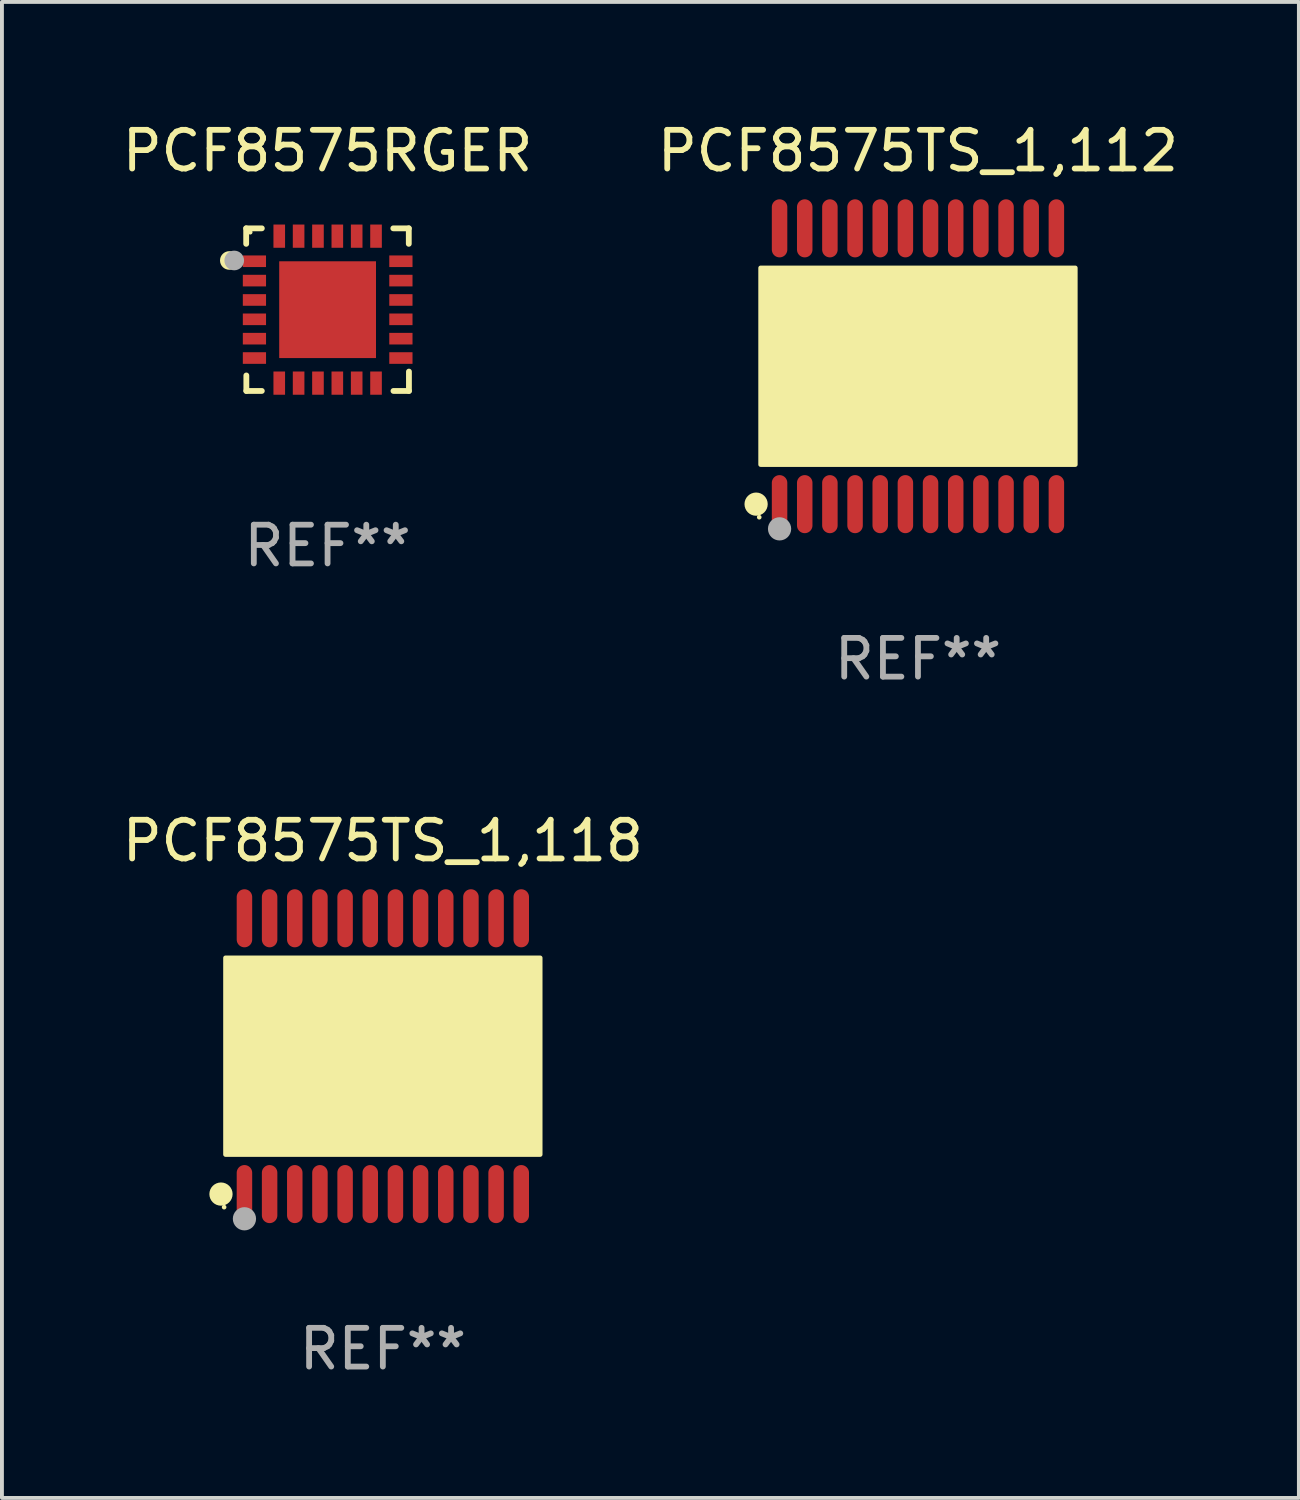
<source format=kicad_pcb>
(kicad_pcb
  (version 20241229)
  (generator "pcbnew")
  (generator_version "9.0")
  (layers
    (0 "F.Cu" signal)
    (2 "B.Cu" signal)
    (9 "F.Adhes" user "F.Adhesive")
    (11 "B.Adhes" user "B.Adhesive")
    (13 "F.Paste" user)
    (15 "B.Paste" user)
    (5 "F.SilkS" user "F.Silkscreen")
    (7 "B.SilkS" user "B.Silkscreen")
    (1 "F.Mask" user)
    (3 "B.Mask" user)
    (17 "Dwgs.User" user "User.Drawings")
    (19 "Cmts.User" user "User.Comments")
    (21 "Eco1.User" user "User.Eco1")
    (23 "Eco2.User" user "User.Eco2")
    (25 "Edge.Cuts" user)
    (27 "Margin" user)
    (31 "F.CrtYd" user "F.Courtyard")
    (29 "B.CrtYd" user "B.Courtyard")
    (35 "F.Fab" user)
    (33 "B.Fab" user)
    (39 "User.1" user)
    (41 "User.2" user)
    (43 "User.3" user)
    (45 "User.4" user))
  (footprint "PCF8575TS_1,112"
    (layer "F.Cu")
    (at 20.661 6.41)
    (property "Reference" "PCF8575TS_1,112" (at 0 -5.562 0) (layer "F.SilkS") (effects (font (size 1 1) (thickness 0.15))))
    (attr through_hole)
    (fp_circle (center -4.181 3.562) (end -4.031 3.562) (stroke (width 0.3) (type solid)) (fill no) (layer "F.SilkS"))
    (fp_circle (center -4.1 3.9) (end -4.07 3.9) (stroke (width 0.06) (type solid)) (fill no) (layer "F.SilkS"))
    (fp_circle (center -3.575 1.819) (end -3.425 1.819) (stroke (width 0.3) (type solid)) (fill no) (layer "F.SilkS"))
    (fp_poly (pts (xy -4.064 -2.54) (xy 4.064 -2.54) (xy 4.064 2.54) (xy -4.064 2.54)) (stroke (width 0.12) (type solid)) (fill yes) (layer "F.SilkS"))
    (fp_circle (center -3.575 4.2) (end -3.425 4.2) (stroke (width 0.3) (type solid)) (fill no) (layer "F.Fab"))
    (fp_text user "REF**" (at 0 7.562 0) (layer "F.Fab") (effects (font (size 1 1) (thickness 0.15))))
    (pad "1" smd oval (at -3.575 3.562) (size 0.4 1.5) (layers "F.Cu" "F.Mask" "F.Paste"))
    (pad "2" smd oval (at -2.925 3.562) (size 0.4 1.5) (layers "F.Cu" "F.Mask" "F.Paste"))
    (pad "3" smd oval (at -2.275 3.562) (size 0.4 1.5) (layers "F.Cu" "F.Mask" "F.Paste"))
    (pad "4" smd oval (at -1.625 3.562) (size 0.4 1.5) (layers "F.Cu" "F.Mask" "F.Paste"))
    (pad "5" smd oval (at -0.975 3.562) (size 0.4 1.5) (layers "F.Cu" "F.Mask" "F.Paste"))
    (pad "6" smd oval (at -0.325 3.562) (size 0.4 1.5) (layers "F.Cu" "F.Mask" "F.Paste"))
    (pad "7" smd oval (at 0.325 3.562) (size 0.4 1.5) (layers "F.Cu" "F.Mask" "F.Paste"))
    (pad "8" smd oval (at 0.975 3.562) (size 0.4 1.5) (layers "F.Cu" "F.Mask" "F.Paste"))
    (pad "9" smd oval (at 1.625 3.562) (size 0.4 1.5) (layers "F.Cu" "F.Mask" "F.Paste"))
    (pad "10" smd oval (at 2.275 3.562) (size 0.4 1.5) (layers "F.Cu" "F.Mask" "F.Paste"))
    (pad "11" smd oval (at 2.925 3.562) (size 0.4 1.5) (layers "F.Cu" "F.Mask" "F.Paste"))
    (pad "12" smd oval (at 3.575 3.562) (size 0.4 1.5) (layers "F.Cu" "F.Mask" "F.Paste"))
    (pad "13" smd oval (at 3.575 -3.562) (size 0.4 1.5) (layers "F.Cu" "F.Mask" "F.Paste"))
    (pad "14" smd oval (at 2.925 -3.562) (size 0.4 1.5) (layers "F.Cu" "F.Mask" "F.Paste"))
    (pad "15" smd oval (at 2.275 -3.562) (size 0.4 1.5) (layers "F.Cu" "F.Mask" "F.Paste"))
    (pad "16" smd oval (at 1.625 -3.562) (size 0.4 1.5) (layers "F.Cu" "F.Mask" "F.Paste"))
    (pad "17" smd oval (at 0.975 -3.562) (size 0.4 1.5) (layers "F.Cu" "F.Mask" "F.Paste"))
    (pad "18" smd oval (at 0.325 -3.562) (size 0.4 1.5) (layers "F.Cu" "F.Mask" "F.Paste"))
    (pad "19" smd oval (at -0.325 -3.562) (size 0.4 1.5) (layers "F.Cu" "F.Mask" "F.Paste"))
    (pad "20" smd oval (at -0.975 -3.562) (size 0.4 1.5) (layers "F.Cu" "F.Mask" "F.Paste"))
    (pad "21" smd oval (at -1.625 -3.562) (size 0.4 1.5) (layers "F.Cu" "F.Mask" "F.Paste"))
    (pad "22" smd oval (at -2.275 -3.562) (size 0.4 1.5) (layers "F.Cu" "F.Mask" "F.Paste"))
    (pad "23" smd oval (at -2.925 -3.562) (size 0.4 1.5) (layers "F.Cu" "F.Mask" "F.Paste"))
    (pad "24" smd oval (at -3.575 -3.562) (size 0.4 1.5) (layers "F.Cu" "F.Mask" "F.Paste")))
  (footprint "PCF8575RGER"
    (layer "F.Cu")
    (at 5.411 4.948)
    (property "Reference" "PCF8575RGER" (at 0 -4.1 0) (layer "F.SilkS") (effects (font (size 1 1) (thickness 0.15))))
    (attr through_hole)
    (fp_line (start -2.102 -2.1) (end -1.698 -2.1) (stroke (width 0.15) (type solid)) (layer "F.SilkS"))
    (fp_line (start -2.102 -1.7) (end -2.102 -2.1) (stroke (width 0.15) (type solid)) (layer "F.SilkS"))
    (fp_line (start -2.098 1.7) (end -2.098 2.1) (stroke (width 0.15) (type solid)) (layer "F.SilkS"))
    (fp_line (start -2.098 2.1) (end -1.698 2.1) (stroke (width 0.15) (type solid)) (layer "F.SilkS"))
    (fp_line (start 1.698 -2.1) (end 2.098 -2.1) (stroke (width 0.15) (type solid)) (layer "F.SilkS"))
    (fp_line (start 2.098 -2.1) (end 2.098 -1.7) (stroke (width 0.15) (type solid)) (layer "F.SilkS"))
    (fp_line (start 2.102 1.6) (end 2.102 2.1) (stroke (width 0.15) (type solid)) (layer "F.SilkS"))
    (fp_line (start 2.102 2.1) (end 1.702 2.1) (stroke (width 0.15) (type solid)) (layer "F.SilkS"))
    (fp_circle (center -2.538 -1.27) (end -2.418 -1.27) (stroke (width 0.24) (type solid)) (fill no) (layer "F.SilkS"))
    (fp_circle (center -1.998 -2) (end -1.968 -2) (stroke (width 0.06) (type solid)) (fill no) (layer "F.SilkS"))
    (fp_circle (center -2.411 -1.27) (end -2.284 -1.27) (stroke (width 0.254) (type solid)) (fill no) (layer "F.Fab"))
    (fp_text user "REF**" (at 0 6.1 0) (layer "F.Fab") (effects (font (size 1 1) (thickness 0.15))))
    (pad "1" smd rect (at -1.89 -1.25 90) (size 0.3 0.6) (layers "F.Cu" "F.Mask" "F.Paste"))
    (pad "2" smd rect (at -1.889 -0.75 90) (size 0.3 0.6) (layers "F.Cu" "F.Mask" "F.Paste"))
    (pad "3" smd rect (at -1.889 -0.25 90) (size 0.3 0.6) (layers "F.Cu" "F.Mask" "F.Paste"))
    (pad "4" smd rect (at -1.889 0.25 90) (size 0.3 0.6) (layers "F.Cu" "F.Mask" "F.Paste"))
    (pad "5" smd rect (at -1.889 0.75 90) (size 0.3 0.6) (layers "F.Cu" "F.Mask" "F.Paste"))
    (pad "6" smd rect (at -1.889 1.25 90) (size 0.3 0.6) (layers "F.Cu" "F.Mask" "F.Paste"))
    (pad "7" smd rect (at -1.248 1.898 180) (size 0.3 0.6) (layers "F.Cu" "F.Mask" "F.Paste"))
    (pad "8" smd rect (at -0.748 1.898 180) (size 0.3 0.6) (layers "F.Cu" "F.Mask" "F.Paste"))
    (pad "9" smd rect (at -0.248 1.898 180) (size 0.3 0.6) (layers "F.Cu" "F.Mask" "F.Paste"))
    (pad "10" smd rect (at 0.252 1.898 180) (size 0.3 0.6) (layers "F.Cu" "F.Mask" "F.Paste"))
    (pad "11" smd rect (at 0.752 1.898 180) (size 0.3 0.6) (layers "F.Cu" "F.Mask" "F.Paste"))
    (pad "12" smd rect (at 1.252 1.898 180) (size 0.3 0.6) (layers "F.Cu" "F.Mask" "F.Paste"))
    (pad "13" smd rect (at 1.894 1.25 270) (size 0.3 0.6) (layers "F.Cu" "F.Mask" "F.Paste"))
    (pad "14" smd rect (at 1.894 0.75 270) (size 0.3 0.6) (layers "F.Cu" "F.Mask" "F.Paste"))
    (pad "15" smd rect (at 1.894 0.25 270) (size 0.3 0.6) (layers "F.Cu" "F.Mask" "F.Paste"))
    (pad "16" smd rect (at 1.894 -0.25 270) (size 0.3 0.6) (layers "F.Cu" "F.Mask" "F.Paste"))
    (pad "17" smd rect (at 1.894 -0.75 270) (size 0.3 0.6) (layers "F.Cu" "F.Mask" "F.Paste"))
    (pad "18" smd rect (at 1.894 -1.25 270) (size 0.3 0.6) (layers "F.Cu" "F.Mask" "F.Paste"))
    (pad "19" smd rect (at 1.252 -1.898) (size 0.3 0.6) (layers "F.Cu" "F.Mask" "F.Paste"))
    (pad "20" smd rect (at 0.752 -1.898) (size 0.3 0.6) (layers "F.Cu" "F.Mask" "F.Paste"))
    (pad "21" smd rect (at 0.252 -1.898) (size 0.3 0.6) (layers "F.Cu" "F.Mask" "F.Paste"))
    (pad "22" smd rect (at -0.248 -1.898) (size 0.3 0.6) (layers "F.Cu" "F.Mask" "F.Paste"))
    (pad "23" smd rect (at -0.748 -1.898) (size 0.3 0.6) (layers "F.Cu" "F.Mask" "F.Paste"))
    (pad "24" smd rect (at -1.248 -1.898) (size 0.3 0.6) (layers "F.Cu" "F.Mask" "F.Paste"))
    (pad "25" smd rect (at 0.001 0.001) (size 2.5 2.5) (layers "F.Cu" "F.Mask" "F.Paste")))
  (footprint "PCF8575TS_1,118"
    (layer "F.Cu")
    (at 6.839 24.231)
    (property "Reference" "PCF8575TS_1,118" (at 0 -5.562 0) (layer "F.SilkS") (effects (font (size 1 1) (thickness 0.15))))
    (attr through_hole)
    (fp_circle (center -4.181 3.562) (end -4.031 3.562) (stroke (width 0.3) (type solid)) (fill no) (layer "F.SilkS"))
    (fp_circle (center -4.1 3.9) (end -4.07 3.9) (stroke (width 0.06) (type solid)) (fill no) (layer "F.SilkS"))
    (fp_circle (center -3.575 1.819) (end -3.425 1.819) (stroke (width 0.3) (type solid)) (fill no) (layer "F.SilkS"))
    (fp_poly (pts (xy -4.064 -2.54) (xy 4.064 -2.54) (xy 4.064 2.54) (xy -4.064 2.54)) (stroke (width 0.12) (type solid)) (fill yes) (layer "F.SilkS"))
    (fp_circle (center -3.575 4.2) (end -3.425 4.2) (stroke (width 0.3) (type solid)) (fill no) (layer "F.Fab"))
    (fp_text user "REF**" (at 0 7.562 0) (layer "F.Fab") (effects (font (size 1 1) (thickness 0.15))))
    (pad "1" smd oval (at -3.575 3.562) (size 0.4 1.5) (layers "F.Cu" "F.Mask" "F.Paste"))
    (pad "2" smd oval (at -2.925 3.562) (size 0.4 1.5) (layers "F.Cu" "F.Mask" "F.Paste"))
    (pad "3" smd oval (at -2.275 3.562) (size 0.4 1.5) (layers "F.Cu" "F.Mask" "F.Paste"))
    (pad "4" smd oval (at -1.625 3.562) (size 0.4 1.5) (layers "F.Cu" "F.Mask" "F.Paste"))
    (pad "5" smd oval (at -0.975 3.562) (size 0.4 1.5) (layers "F.Cu" "F.Mask" "F.Paste"))
    (pad "6" smd oval (at -0.325 3.562) (size 0.4 1.5) (layers "F.Cu" "F.Mask" "F.Paste"))
    (pad "7" smd oval (at 0.325 3.562) (size 0.4 1.5) (layers "F.Cu" "F.Mask" "F.Paste"))
    (pad "8" smd oval (at 0.975 3.562) (size 0.4 1.5) (layers "F.Cu" "F.Mask" "F.Paste"))
    (pad "9" smd oval (at 1.625 3.562) (size 0.4 1.5) (layers "F.Cu" "F.Mask" "F.Paste"))
    (pad "10" smd oval (at 2.275 3.562) (size 0.4 1.5) (layers "F.Cu" "F.Mask" "F.Paste"))
    (pad "11" smd oval (at 2.925 3.562) (size 0.4 1.5) (layers "F.Cu" "F.Mask" "F.Paste"))
    (pad "12" smd oval (at 3.575 3.562) (size 0.4 1.5) (layers "F.Cu" "F.Mask" "F.Paste"))
    (pad "13" smd oval (at 3.575 -3.562) (size 0.4 1.5) (layers "F.Cu" "F.Mask" "F.Paste"))
    (pad "14" smd oval (at 2.925 -3.562) (size 0.4 1.5) (layers "F.Cu" "F.Mask" "F.Paste"))
    (pad "15" smd oval (at 2.275 -3.562) (size 0.4 1.5) (layers "F.Cu" "F.Mask" "F.Paste"))
    (pad "16" smd oval (at 1.625 -3.562) (size 0.4 1.5) (layers "F.Cu" "F.Mask" "F.Paste"))
    (pad "17" smd oval (at 0.975 -3.562) (size 0.4 1.5) (layers "F.Cu" "F.Mask" "F.Paste"))
    (pad "18" smd oval (at 0.325 -3.562) (size 0.4 1.5) (layers "F.Cu" "F.Mask" "F.Paste"))
    (pad "19" smd oval (at -0.325 -3.562) (size 0.4 1.5) (layers "F.Cu" "F.Mask" "F.Paste"))
    (pad "20" smd oval (at -0.975 -3.562) (size 0.4 1.5) (layers "F.Cu" "F.Mask" "F.Paste"))
    (pad "21" smd oval (at -1.625 -3.562) (size 0.4 1.5) (layers "F.Cu" "F.Mask" "F.Paste"))
    (pad "22" smd oval (at -2.275 -3.562) (size 0.4 1.5) (layers "F.Cu" "F.Mask" "F.Paste"))
    (pad "23" smd oval (at -2.925 -3.562) (size 0.4 1.5) (layers "F.Cu" "F.Mask" "F.Paste"))
    (pad "24" smd oval (at -3.575 -3.562) (size 0.4 1.5) (layers "F.Cu" "F.Mask" "F.Paste")))
  (gr_rect
    (start -3 -3)
    (end 30.5 35.641)
    (stroke (width 0.1) (type default))
    (fill no)
    (layer "Edge.Cuts")))
</source>
